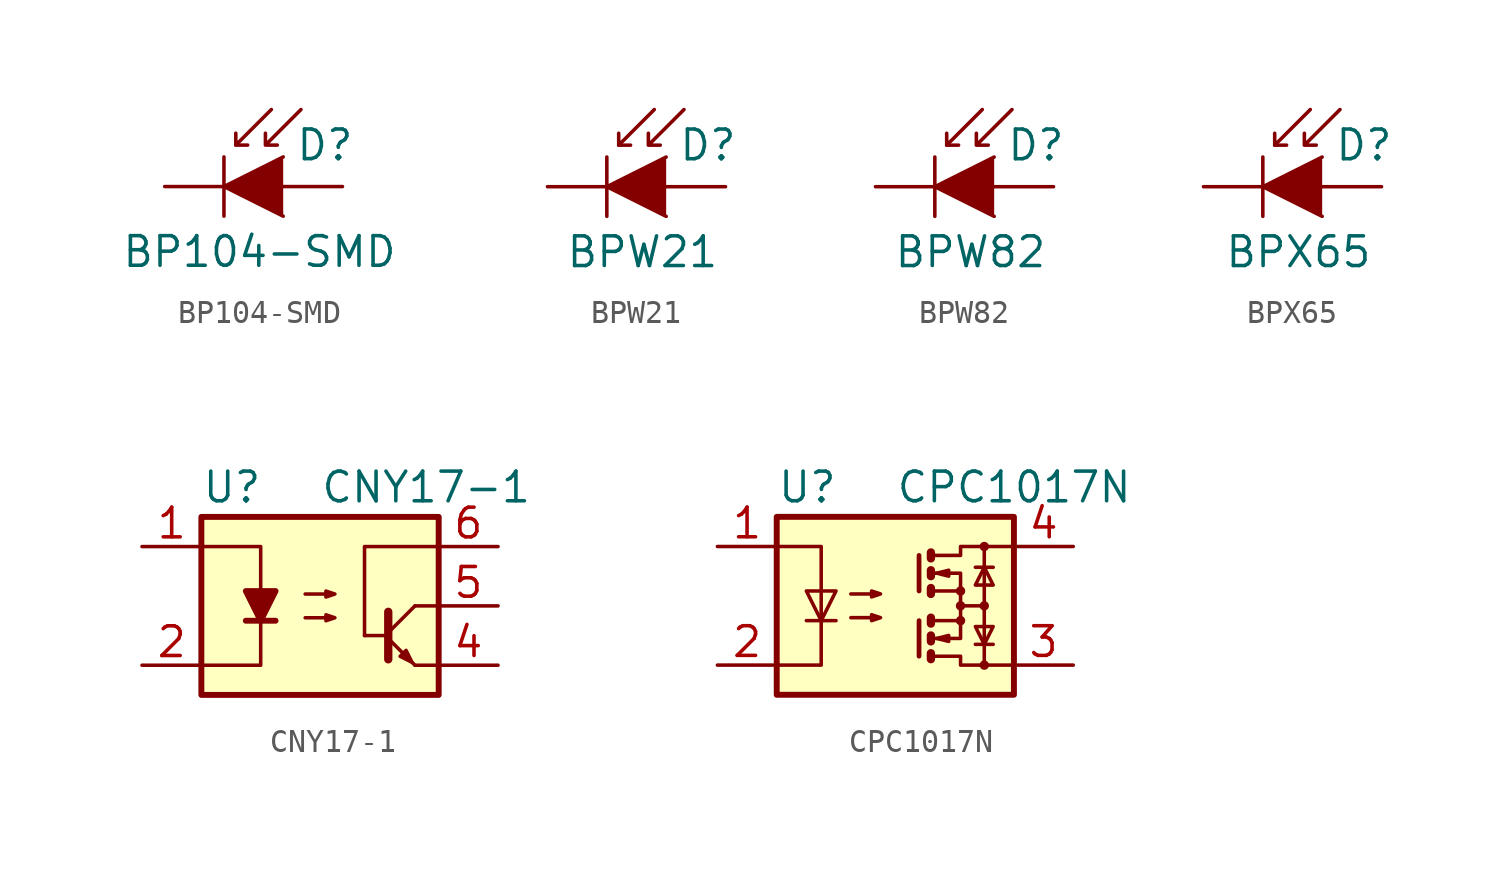
<source format=kicad_sym>
(kicad_symbol_lib
  (version 20211014)
  (generator kicad_symbol_editor)
  (symbol "BP104-SMD"
    (pin_numbers hide)
    (pin_names
      (offset 1.016) hide)
    (property "Reference" "D"
      (at 0.508 1.778 0)
      (effects (font (size 1.27 1.27)) (justify left)))
    (property "Value" "BP104-SMD"
      (at -1.016 -2.794 0)
      (effects (font (size 1.27 1.27))))
    (symbol "BP104-SMD_0_1"
      (polyline (pts (xy -2.54 1.27) (xy -2.54 -1.27)) (stroke (width 0.152) (type default) (color 0 0 0 0)) (fill (type none)))
      (polyline (pts (xy -2.032 1.778) (xy -1.524 1.778)) (stroke (width 0) (type default) (color 0 0 0 0)) (fill (type none)))
      (polyline (pts (xy -0.508 3.302) (xy -2.032 1.778) (xy -2.032 2.286)) (stroke (width 0) (type default) (color 0 0 0 0)) (fill (type none)))
      (polyline (pts (xy 0 1.27) (xy -2.54 0) (xy 0 -1.27)) (stroke (width 0) (type default) (color 0 0 0 0)) (fill (type outline)))
      (polyline (pts (xy 0.762 3.302) (xy -0.762 1.778) (xy -0.762 2.286) (xy -0.762 1.778) (xy -0.254 1.778)) (stroke (width 0) (type default) (color 0 0 0 0)) (fill (type none))))
    (symbol "BP104-SMD_1_1"
      (pin passive line (at -5.08 0 0) (length 2.54) (name "K" (effects (font (size 1.27 1.27)))) (number "1" (effects (font (size 1.27 1.27)))))
      (pin passive line (at 2.54 0 180) (length 2.54) (name "A" (effects (font (size 1.27 1.27)))) (number "2" (effects (font (size 1.27 1.27)))))))
  (symbol "BPW21"
    (pin_numbers hide)
    (pin_names
      (offset 1.016) hide)
    (property "Reference" "D"
      (at 0.508 1.778 0)
      (effects (font (size 1.27 1.27)) (justify left)))
    (property "Value" "BPW21"
      (at -1.016 -2.794 0)
      (effects (font (size 1.27 1.27))))
    (symbol "BPW21_0_1"
      (polyline (pts (xy -2.54 1.27) (xy -2.54 -1.27)) (stroke (width 0.152) (type default) (color 0 0 0 0)) (fill (type none)))
      (polyline (pts (xy -2.032 1.778) (xy -1.524 1.778)) (stroke (width 0) (type default) (color 0 0 0 0)) (fill (type none)))
      (polyline (pts (xy -0.508 3.302) (xy -2.032 1.778) (xy -2.032 2.286)) (stroke (width 0) (type default) (color 0 0 0 0)) (fill (type none)))
      (polyline (pts (xy 0 1.27) (xy -2.54 0) (xy 0 -1.27)) (stroke (width 0) (type default) (color 0 0 0 0)) (fill (type outline)))
      (polyline (pts (xy 0.762 3.302) (xy -0.762 1.778) (xy -0.762 2.286) (xy -0.762 1.778) (xy -0.254 1.778)) (stroke (width 0) (type default) (color 0 0 0 0)) (fill (type none))))
    (symbol "BPW21_1_1"
      (pin passive line (at -5.08 0 0) (length 2.54) (name "K" (effects (font (size 1.27 1.27)))) (number "1" (effects (font (size 1.27 1.27)))))
      (pin passive line (at 2.54 0 180) (length 2.54) (name "A" (effects (font (size 1.27 1.27)))) (number "2" (effects (font (size 1.27 1.27)))))))
  (symbol "BPW82"
    (pin_numbers hide)
    (pin_names
      (offset 1.016) hide)
    (property "Reference" "D"
      (at 0.508 1.778 0)
      (effects (font (size 1.27 1.27)) (justify left)))
    (property "Value" "BPW82"
      (at -1.016 -2.794 0)
      (effects (font (size 1.27 1.27))))
    (symbol "BPW82_0_1"
      (polyline (pts (xy -2.54 1.27) (xy -2.54 -1.27)) (stroke (width 0.152) (type default) (color 0 0 0 0)) (fill (type none)))
      (polyline (pts (xy -2.032 1.778) (xy -1.524 1.778)) (stroke (width 0) (type default) (color 0 0 0 0)) (fill (type none)))
      (polyline (pts (xy -0.508 3.302) (xy -2.032 1.778) (xy -2.032 2.286)) (stroke (width 0) (type default) (color 0 0 0 0)) (fill (type none)))
      (polyline (pts (xy 0 1.27) (xy -2.54 0) (xy 0 -1.27)) (stroke (width 0) (type default) (color 0 0 0 0)) (fill (type outline)))
      (polyline (pts (xy 0.762 3.302) (xy -0.762 1.778) (xy -0.762 2.286) (xy -0.762 1.778) (xy -0.254 1.778)) (stroke (width 0) (type default) (color 0 0 0 0)) (fill (type none))))
    (symbol "BPW82_1_1"
      (pin passive line (at -5.08 0 0) (length 2.54) (name "K" (effects (font (size 1.27 1.27)))) (number "1" (effects (font (size 1.27 1.27)))))
      (pin passive line (at 2.54 0 180) (length 2.54) (name "A" (effects (font (size 1.27 1.27)))) (number "2" (effects (font (size 1.27 1.27)))))))
  (symbol "BPX65"
    (pin_numbers hide)
    (pin_names
      (offset 1.016) hide)
    (property "Reference" "D"
      (at 0.508 1.778 0)
      (effects (font (size 1.27 1.27)) (justify left)))
    (property "Value" "BPX65"
      (at -1.016 -2.794 0)
      (effects (font (size 1.27 1.27))))
    (symbol "BPX65_0_1"
      (polyline (pts (xy -2.54 1.27) (xy -2.54 -1.27)) (stroke (width 0.152) (type default) (color 0 0 0 0)) (fill (type none)))
      (polyline (pts (xy -2.032 1.778) (xy -1.524 1.778)) (stroke (width 0) (type default) (color 0 0 0 0)) (fill (type none)))
      (polyline (pts (xy -0.508 3.302) (xy -2.032 1.778) (xy -2.032 2.286)) (stroke (width 0) (type default) (color 0 0 0 0)) (fill (type none)))
      (polyline (pts (xy 0 1.27) (xy -2.54 0) (xy 0 -1.27)) (stroke (width 0) (type default) (color 0 0 0 0)) (fill (type outline)))
      (polyline (pts (xy 0.762 3.302) (xy -0.762 1.778) (xy -0.762 2.286) (xy -0.762 1.778) (xy -0.254 1.778)) (stroke (width 0) (type default) (color 0 0 0 0)) (fill (type none))))
    (symbol "BPX65_1_1"
      (pin passive line (at -5.08 0 0) (length 2.54) (name "K" (effects (font (size 1.27 1.27)))) (number "1" (effects (font (size 1.27 1.27)))))
      (pin passive line (at 2.54 0 180) (length 2.54) (name "A" (effects (font (size 1.27 1.27)))) (number "2" (effects (font (size 1.27 1.27)))))))
  (symbol "CNY17-1"
    (pin_names
      (offset 1.016))
    (property "Reference" "U"
      (at -5.08 5.08 0)
      (effects (font (size 1.27 1.27)) (justify left)))
    (property "Value" "CNY17-1"
      (at 0 5.08 0)
      (effects (font (size 1.27 1.27)) (justify left)))
    (symbol "CNY17-1_0_1"
      (rectangle (start -5.08 3.81) (end 5.08 -3.81) (stroke (width 0.254) (type default) (color 0 0 0 0)) (fill (type background)))
      (polyline (pts (xy -3.175 -0.635) (xy -1.905 -0.635)) (stroke (width 0.254) (type default) (color 0 0 0 0)) (fill (type none)))
      (polyline (pts (xy 2.921 -1.397) (xy 4.064 -2.54)) (stroke (width 0) (type default) (color 0 0 0 0)) (fill (type none)))
      (polyline (pts (xy 2.921 -1.27) (xy 1.905 -1.27)) (stroke (width 0) (type default) (color 0 0 0 0)) (fill (type none)))
      (polyline (pts (xy 2.921 -1.143) (xy 4.064 0)) (stroke (width 0) (type default) (color 0 0 0 0)) (fill (type none)))
      (polyline (pts (xy 4.064 -2.54) (xy 5.08 -2.54)) (stroke (width 0) (type default) (color 0 0 0 0)) (fill (type none)))
      (polyline (pts (xy 5.08 0) (xy 4.064 0)) (stroke (width 0) (type default) (color 0 0 0 0)) (fill (type none)))
      (polyline (pts (xy -5.08 2.54) (xy -2.54 2.54) (xy -2.54 0.635)) (stroke (width 0) (type default) (color 0 0 0 0)) (fill (type none)))
      (polyline (pts (xy -2.54 -0.635) (xy -2.54 -2.54) (xy -5.08 -2.54)) (stroke (width 0) (type default) (color 0 0 0 0)) (fill (type none)))
      (polyline (pts (xy 1.905 -1.27) (xy 1.905 2.54) (xy 5.08 2.54)) (stroke (width 0) (type default) (color 0 0 0 0)) (fill (type none)))
      (polyline (pts (xy 2.921 -0.254) (xy 2.921 -2.286) (xy 2.921 -2.286)) (stroke (width 0.356) (type default) (color 0 0 0 0)) (fill (type none)))
      (polyline (pts (xy -2.54 -0.635) (xy -3.175 0.635) (xy -1.905 0.635) (xy -2.54 -0.635)) (stroke (width 0.254) (type default) (color 0 0 0 0)) (fill (type outline)))
      (polyline (pts (xy 3.937 -2.413) (xy 3.683 -1.905) (xy 3.429 -2.159) (xy 3.937 -2.413)) (stroke (width 0) (type default) (color 0 0 0 0)) (fill (type none)))
      (polyline (pts (xy -0.635 -0.508) (xy 0.635 -0.508) (xy 0.254 -0.635) (xy 0.254 -0.381) (xy 0.635 -0.508)) (stroke (width 0) (type default) (color 0 0 0 0)) (fill (type none)))
      (polyline (pts (xy -0.635 0.508) (xy 0.635 0.508) (xy 0.254 0.381) (xy 0.254 0.635) (xy 0.635 0.508)) (stroke (width 0) (type default) (color 0 0 0 0)) (fill (type none))))
    (symbol "CNY17-1_1_1"
      (pin passive line (at -7.62 2.54 0) (length 2.54) (name "~" (effects (font (size 1.27 1.27)))) (number "1" (effects (font (size 1.27 1.27)))))
      (pin passive line (at -7.62 -2.54 0) (length 2.54) (name "~" (effects (font (size 1.27 1.27)))) (number "2" (effects (font (size 1.27 1.27)))))
      (pin no_connect line (at -7.62 0 0) (length 2.54) hide (name "NC" (effects (font (size 1.27 1.27)))) (number "3" (effects (font (size 1.27 1.27)))))
      (pin passive line (at 7.62 -2.54 180) (length 2.54) (name "~" (effects (font (size 1.27 1.27)))) (number "4" (effects (font (size 1.27 1.27)))))
      (pin passive line (at 7.62 0 180) (length 2.54) (name "~" (effects (font (size 1.27 1.27)))) (number "5" (effects (font (size 1.27 1.27)))))
      (pin passive line (at 7.62 2.54 180) (length 2.54) (name "~" (effects (font (size 1.27 1.27)))) (number "6" (effects (font (size 1.27 1.27)))))))
  (symbol "CPC1017N"
    (pin_names
      (offset 1.016))
    (property "Reference" "U"
      (at -5.08 5.08 0)
      (effects (font (size 1.27 1.27)) (justify left)))
    (property "Value" "CPC1017N"
      (at 0 5.08 0)
      (effects (font (size 1.27 1.27)) (justify left)))
    (symbol "CPC1017N_0_1"
      (rectangle (start -5.08 3.81) (end 5.08 -3.81) (stroke (width 0.254) (type default) (color 0 0 0 0)) (fill (type background)))
      (polyline (pts (xy -3.81 -0.635) (xy -2.54 -0.635)) (stroke (width 0) (type default) (color 0 0 0 0)) (fill (type none)))
      (polyline (pts (xy -3.175 0.635) (xy -3.175 -0.635)) (stroke (width 0) (type default) (color 0 0 0 0)) (fill (type none)))
      (polyline (pts (xy 1.016 -0.635) (xy 1.016 -2.159)) (stroke (width 0.203) (type default) (color 0 0 0 0)) (fill (type none)))
      (polyline (pts (xy 1.016 2.159) (xy 1.016 0.635)) (stroke (width 0.203) (type default) (color 0 0 0 0)) (fill (type none)))
      (polyline (pts (xy 1.524 -0.508) (xy 1.524 -0.762)) (stroke (width 0.356) (type default) (color 0 0 0 0)) (fill (type none)))
      (polyline (pts (xy 2.794 0) (xy 3.81 0)) (stroke (width 0) (type default) (color 0 0 0 0)) (fill (type none)))
      (polyline (pts (xy 3.429 -1.651) (xy 4.191 -1.651)) (stroke (width 0) (type default) (color 0 0 0 0)) (fill (type none)))
      (polyline (pts (xy 3.429 1.651) (xy 4.191 1.651)) (stroke (width 0) (type default) (color 0 0 0 0)) (fill (type none)))
      (polyline (pts (xy 3.81 0) (xy 3.81 -2.54)) (stroke (width 0) (type default) (color 0 0 0 0)) (fill (type none)))
      (polyline (pts (xy 3.81 0) (xy 3.81 2.54)) (stroke (width 0) (type default) (color 0 0 0 0)) (fill (type none)))
      (polyline (pts (xy -5.08 2.54) (xy -3.175 2.54) (xy -3.175 0.635)) (stroke (width 0) (type default) (color 0 0 0 0)) (fill (type none)))
      (polyline (pts (xy -3.175 -0.635) (xy -3.175 -2.54) (xy -5.08 -2.54)) (stroke (width 0) (type default) (color 0 0 0 0)) (fill (type none)))
      (polyline (pts (xy 1.524 -2.032) (xy 1.524 -2.286) (xy 1.524 -2.286)) (stroke (width 0.356) (type default) (color 0 0 0 0)) (fill (type none)))
      (polyline (pts (xy 1.524 -1.27) (xy 1.524 -1.524) (xy 1.524 -1.524)) (stroke (width 0.356) (type default) (color 0 0 0 0)) (fill (type none)))
      (polyline (pts (xy 1.524 0.762) (xy 1.524 0.508) (xy 1.524 0.508)) (stroke (width 0.356) (type default) (color 0 0 0 0)) (fill (type none)))
      (polyline (pts (xy 1.524 1.524) (xy 1.524 1.27) (xy 1.524 1.27)) (stroke (width 0.356) (type default) (color 0 0 0 0)) (fill (type none)))
      (polyline (pts (xy 1.524 2.286) (xy 1.524 2.032) (xy 1.524 2.032)) (stroke (width 0.356) (type default) (color 0 0 0 0)) (fill (type none)))
      (polyline (pts (xy 1.651 -1.397) (xy 2.794 -1.397) (xy 2.794 -0.635)) (stroke (width 0) (type default) (color 0 0 0 0)) (fill (type none)))
      (polyline (pts (xy 1.651 1.397) (xy 2.794 1.397) (xy 2.794 0.635)) (stroke (width 0) (type default) (color 0 0 0 0)) (fill (type none)))
      (polyline (pts (xy -3.175 -0.635) (xy -3.81 0.635) (xy -2.54 0.635) (xy -3.175 -0.635)) (stroke (width 0) (type default) (color 0 0 0 0)) (fill (type none)))
      (polyline (pts (xy 1.651 -2.159) (xy 2.794 -2.159) (xy 2.794 -2.54) (xy 5.08 -2.54)) (stroke (width 0) (type default) (color 0 0 0 0)) (fill (type none)))
      (polyline (pts (xy 1.651 -0.635) (xy 2.794 -0.635) (xy 2.794 0.635) (xy 1.651 0.635)) (stroke (width 0) (type default) (color 0 0 0 0)) (fill (type none)))
      (polyline (pts (xy 1.651 2.159) (xy 2.794 2.159) (xy 2.794 2.54) (xy 5.08 2.54)) (stroke (width 0) (type default) (color 0 0 0 0)) (fill (type none)))
      (polyline (pts (xy 1.778 -1.397) (xy 2.286 -1.27) (xy 2.286 -1.524) (xy 1.778 -1.397)) (stroke (width 0) (type default) (color 0 0 0 0)) (fill (type none)))
      (polyline (pts (xy 1.778 1.397) (xy 2.286 1.524) (xy 2.286 1.27) (xy 1.778 1.397)) (stroke (width 0) (type default) (color 0 0 0 0)) (fill (type none)))
      (polyline (pts (xy 3.81 -1.651) (xy 3.429 -0.889) (xy 4.191 -0.889) (xy 3.81 -1.651)) (stroke (width 0) (type default) (color 0 0 0 0)) (fill (type none)))
      (polyline (pts (xy 3.81 1.651) (xy 3.429 0.889) (xy 4.191 0.889) (xy 3.81 1.651)) (stroke (width 0) (type default) (color 0 0 0 0)) (fill (type none)))
      (polyline (pts (xy -1.905 -0.508) (xy -0.635 -0.508) (xy -1.016 -0.635) (xy -1.016 -0.381) (xy -0.635 -0.508)) (stroke (width 0) (type default) (color 0 0 0 0)) (fill (type none)))
      (polyline (pts (xy -1.905 0.508) (xy -0.635 0.508) (xy -1.016 0.381) (xy -1.016 0.635) (xy -0.635 0.508)) (stroke (width 0) (type default) (color 0 0 0 0)) (fill (type none)))
      (circle (center 2.794 -0.635) (radius 0.127) (stroke (width 0) (type default) (color 0 0 0 0)) (fill (type none)))
      (circle (center 2.794 0) (radius 0.127) (stroke (width 0) (type default) (color 0 0 0 0)) (fill (type none)))
      (circle (center 2.794 0.635) (radius 0.127) (stroke (width 0) (type default) (color 0 0 0 0)) (fill (type none)))
      (circle (center 3.81 -2.54) (radius 0.127) (stroke (width 0) (type default) (color 0 0 0 0)) (fill (type none)))
      (circle (center 3.81 0) (radius 0.127) (stroke (width 0) (type default) (color 0 0 0 0)) (fill (type none)))
      (circle (center 3.81 2.54) (radius 0.127) (stroke (width 0) (type default) (color 0 0 0 0)) (fill (type none))))
    (symbol "CPC1017N_1_1"
      (pin passive line (at -7.62 2.54 0) (length 2.54) (name "~" (effects (font (size 1.27 1.27)))) (number "1" (effects (font (size 1.27 1.27)))))
      (pin passive line (at -7.62 -2.54 0) (length 2.54) (name "~" (effects (font (size 1.27 1.27)))) (number "2" (effects (font (size 1.27 1.27)))))
      (pin passive line (at 7.62 -2.54 180) (length 2.54) (name "~" (effects (font (size 1.27 1.27)))) (number "3" (effects (font (size 1.27 1.27)))))
      (pin passive line (at 7.62 2.54 180) (length 2.54) (name "~" (effects (font (size 1.27 1.27)))) (number "4" (effects (font (size 1.27 1.27))))))))
</source>
